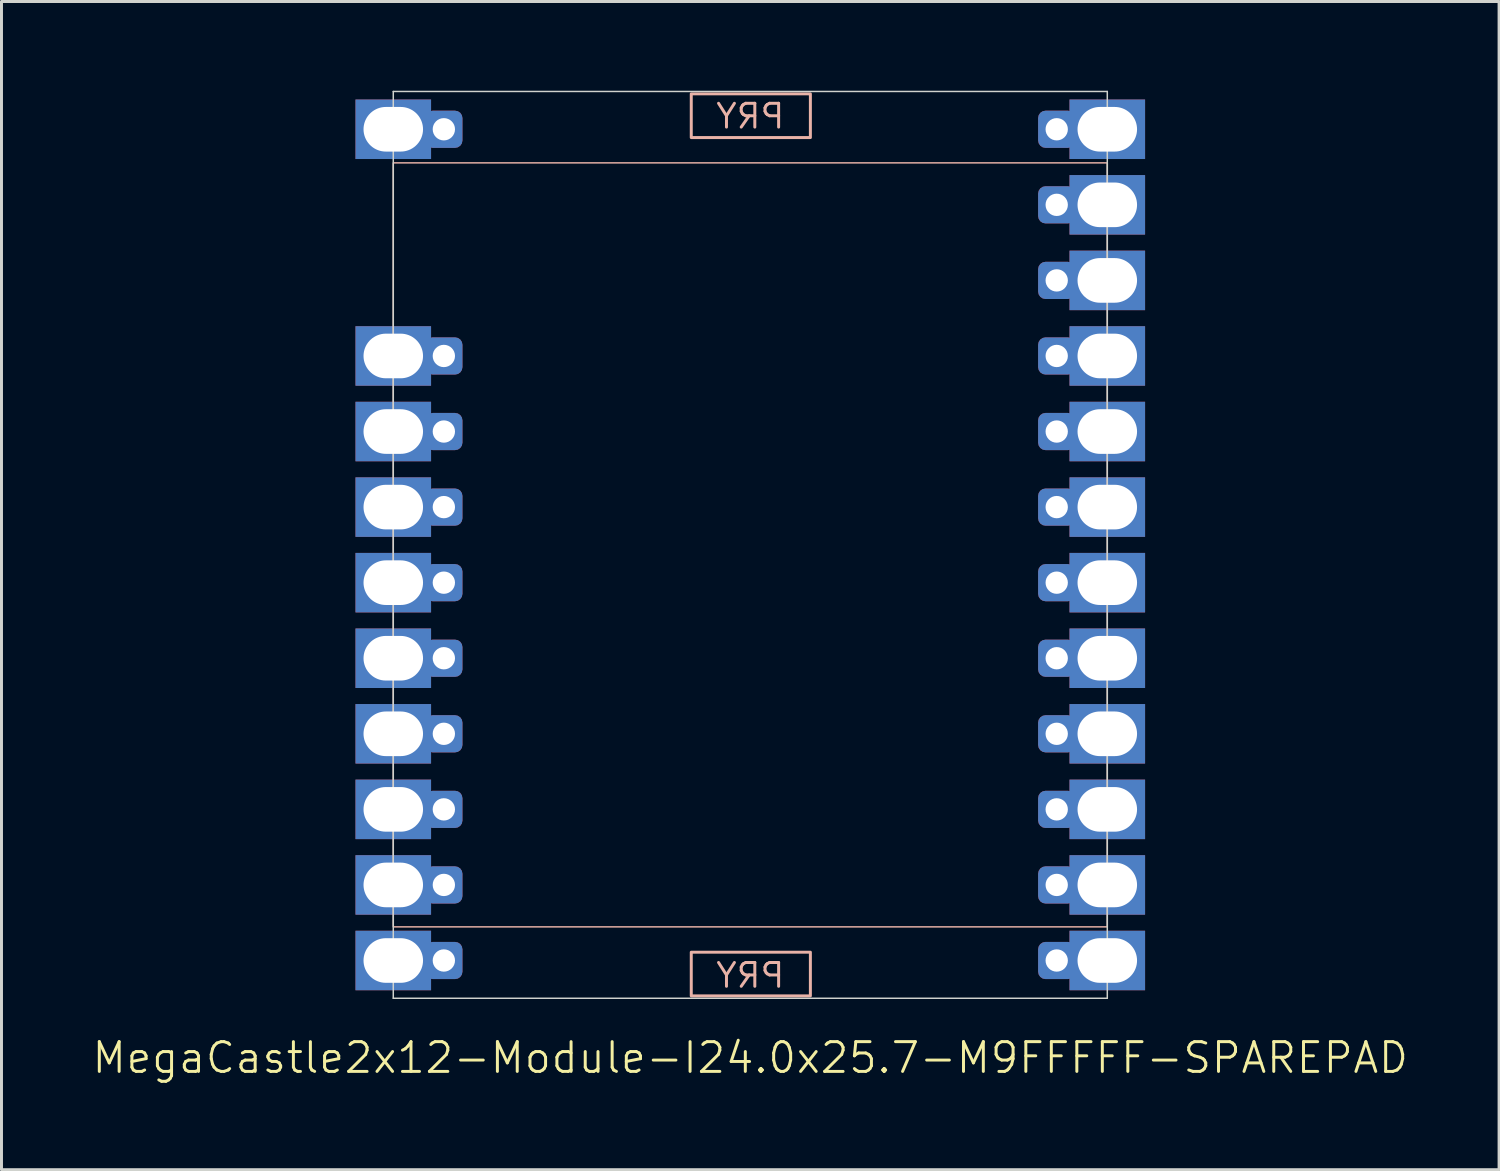
<source format=kicad_pcb>
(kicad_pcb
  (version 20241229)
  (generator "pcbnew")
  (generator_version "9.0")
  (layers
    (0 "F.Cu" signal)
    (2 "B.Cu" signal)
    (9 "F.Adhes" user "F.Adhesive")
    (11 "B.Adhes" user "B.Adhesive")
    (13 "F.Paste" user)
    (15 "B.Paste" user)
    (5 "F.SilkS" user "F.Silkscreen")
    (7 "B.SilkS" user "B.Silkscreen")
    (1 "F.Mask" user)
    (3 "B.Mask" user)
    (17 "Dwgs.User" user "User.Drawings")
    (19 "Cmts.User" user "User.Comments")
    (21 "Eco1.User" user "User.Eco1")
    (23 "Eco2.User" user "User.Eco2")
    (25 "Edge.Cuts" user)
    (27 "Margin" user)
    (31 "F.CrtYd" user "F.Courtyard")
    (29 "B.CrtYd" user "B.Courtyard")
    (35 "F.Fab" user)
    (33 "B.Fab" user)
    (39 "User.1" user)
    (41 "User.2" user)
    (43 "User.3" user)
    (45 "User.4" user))
  (footprint "MegaCastle2x12-Module-I24.0x25.7-M9FFFFF-SPAREPAD"
    (layer "F.Cu")
    (at 22.169 15.265)
    (property "Reference" "MegaCastle2x12-Module-I24.0x25.7-M9FFFFF-SPAREPAD" (at 0 17.24 0) (unlocked yes) (layer "F.SilkS") (effects (font (size 1 1) (thickness 0.1))))
    (attr smd)
    (fp_rect (start -12 12.84) (end 12 -12.84) (stroke (width 0.05) (type default)) (fill no) (layer "B.SilkS"))
    (fp_rect (start -1.984 -13.691) (end 2.02 -15.16) (stroke (width 0.1) (type default)) (fill no) (layer "B.SilkS"))
    (fp_rect (start -1.984 13.691) (end 2.02 15.16) (stroke (width 0.1) (type default)) (fill no) (layer "B.SilkS"))
    (fp_line (start -12 -15.24) (end -12 15.24) (stroke (width 0.05) (type default)) (layer "Edge.Cuts"))
    (fp_line (start -12 -15.24) (end 12 -15.24) (stroke (width 0.05) (type default)) (layer "Edge.Cuts"))
    (fp_line (start -12 15.24) (end 12 15.24) (stroke (width 0.05) (type default)) (layer "Edge.Cuts"))
    (fp_line (start 12 -15.24) (end 12 15.24) (stroke (width 0.05) (type default)) (layer "Edge.Cuts"))
    (fp_text user "PRY" (at 0 14.94 0) (unlocked yes) (layer "B.SilkS") (effects (font (size 0.8 0.8) (thickness 0.1)) (justify bottom mirror)))
    (fp_text user "PRY" (at 0 -13.94 0) (unlocked yes) (layer "B.SilkS") (effects (font (size 0.8 0.8) (thickness 0.1)) (justify bottom mirror)))
    (pad "1" thru_hole rect (at -12 -13.97) (size 2.54 2) (drill oval 2 1.5) (property pad_prop_castellated) (layers "*.Cu" "*.Mask"))
    (pad "1" thru_hole roundrect (at -10.3 -13.97 180) (size 1.25 1.25) (drill 0.75) (layers "*.Cu" "*.Mask") (roundrect_rratio 0.2))
    (pad "4" thru_hole rect (at -12 -6.35) (size 2.54 2) (drill oval 2 1.5) (property pad_prop_castellated) (layers "*.Cu" "*.Mask"))
    (pad "4" thru_hole roundrect (at -10.3 -6.35 180) (size 1.25 1.25) (drill 0.75) (layers "*.Cu" "*.Mask") (roundrect_rratio 0.2))
    (pad "5" thru_hole rect (at -12 -3.81) (size 2.54 2) (drill oval 2 1.5) (property pad_prop_castellated) (layers "*.Cu" "*.Mask"))
    (pad "5" thru_hole roundrect (at -10.3 -3.81 180) (size 1.25 1.25) (drill 0.75) (layers "*.Cu" "*.Mask") (roundrect_rratio 0.2))
    (pad "6" thru_hole rect (at -12 -1.27) (size 2.54 2) (drill oval 2 1.5) (property pad_prop_castellated) (layers "*.Cu" "*.Mask"))
    (pad "6" thru_hole roundrect (at -10.3 -1.27 180) (size 1.25 1.25) (drill 0.75) (layers "*.Cu" "*.Mask") (roundrect_rratio 0.2))
    (pad "7" thru_hole rect (at -12 1.27) (size 2.54 2) (drill oval 2 1.5) (property pad_prop_castellated) (layers "*.Cu" "*.Mask"))
    (pad "7" thru_hole roundrect (at -10.3 1.27 180) (size 1.25 1.25) (drill 0.75) (layers "*.Cu" "*.Mask") (roundrect_rratio 0.2))
    (pad "8" thru_hole rect (at -12 3.81) (size 2.54 2) (drill oval 2 1.5) (property pad_prop_castellated) (layers "*.Cu" "*.Mask"))
    (pad "8" thru_hole roundrect (at -10.3 3.81 180) (size 1.25 1.25) (drill 0.75) (layers "*.Cu" "*.Mask") (roundrect_rratio 0.2))
    (pad "9" thru_hole rect (at -12 6.35) (size 2.54 2) (drill oval 2 1.5) (property pad_prop_castellated) (layers "*.Cu" "*.Mask"))
    (pad "9" thru_hole roundrect (at -10.3 6.35 180) (size 1.25 1.25) (drill 0.75) (layers "*.Cu" "*.Mask") (roundrect_rratio 0.2))
    (pad "10" thru_hole rect (at -12 8.89) (size 2.54 2) (drill oval 2 1.5) (property pad_prop_castellated) (layers "*.Cu" "*.Mask"))
    (pad "10" thru_hole roundrect (at -10.3 8.89 180) (size 1.25 1.25) (drill 0.75) (layers "*.Cu" "*.Mask") (roundrect_rratio 0.2))
    (pad "11" thru_hole rect (at -12 11.43) (size 2.54 2) (drill oval 2 1.5) (property pad_prop_castellated) (layers "*.Cu" "*.Mask"))
    (pad "11" thru_hole roundrect (at -10.3 11.43 180) (size 1.25 1.25) (drill 0.75) (layers "*.Cu" "*.Mask") (roundrect_rratio 0.2))
    (pad "12" thru_hole rect (at -12 13.97) (size 2.54 2) (drill oval 2 1.5) (property pad_prop_castellated) (layers "*.Cu" "*.Mask"))
    (pad "12" thru_hole roundrect (at -10.3 13.97 180) (size 1.25 1.25) (drill 0.75) (layers "*.Cu" "*.Mask") (roundrect_rratio 0.2))
    (pad "13" thru_hole roundrect (at 10.3 -13.97 180) (size 1.25 1.25) (drill 0.75) (layers "*.Cu" "*.Mask") (roundrect_rratio 0.2))
    (pad "13" thru_hole rect (at 12 -13.97) (size 2.54 2) (drill oval 2 1.5) (property pad_prop_castellated) (layers "*.Cu" "*.Mask"))
    (pad "14" thru_hole roundrect (at 10.3 -11.43 180) (size 1.25 1.25) (drill 0.75) (layers "*.Cu" "*.Mask") (roundrect_rratio 0.2))
    (pad "14" thru_hole rect (at 12 -11.43) (size 2.54 2) (drill oval 2 1.5) (property pad_prop_castellated) (layers "*.Cu" "*.Mask"))
    (pad "15" thru_hole roundrect (at 10.3 -8.89 180) (size 1.25 1.25) (drill 0.75) (layers "*.Cu" "*.Mask") (roundrect_rratio 0.2))
    (pad "15" thru_hole rect (at 12 -8.89) (size 2.54 2) (drill oval 2 1.5) (property pad_prop_castellated) (layers "*.Cu" "*.Mask"))
    (pad "16" thru_hole roundrect (at 10.3 -6.35 180) (size 1.25 1.25) (drill 0.75) (layers "*.Cu" "*.Mask") (roundrect_rratio 0.2))
    (pad "16" thru_hole rect (at 12 -6.35) (size 2.54 2) (drill oval 2 1.5) (property pad_prop_castellated) (layers "*.Cu" "*.Mask"))
    (pad "17" thru_hole roundrect (at 10.3 -3.81 180) (size 1.25 1.25) (drill 0.75) (layers "*.Cu" "*.Mask") (roundrect_rratio 0.2))
    (pad "17" thru_hole rect (at 12 -3.81) (size 2.54 2) (drill oval 2 1.5) (property pad_prop_castellated) (layers "*.Cu" "*.Mask"))
    (pad "18" thru_hole roundrect (at 10.3 -1.27 180) (size 1.25 1.25) (drill 0.75) (layers "*.Cu" "*.Mask") (roundrect_rratio 0.2))
    (pad "18" thru_hole rect (at 12 -1.27) (size 2.54 2) (drill oval 2 1.5) (property pad_prop_castellated) (layers "*.Cu" "*.Mask"))
    (pad "19" thru_hole roundrect (at 10.3 1.27 180) (size 1.25 1.25) (drill 0.75) (layers "*.Cu" "*.Mask") (roundrect_rratio 0.2))
    (pad "19" thru_hole rect (at 12 1.27) (size 2.54 2) (drill oval 2 1.5) (property pad_prop_castellated) (layers "*.Cu" "*.Mask"))
    (pad "20" thru_hole roundrect (at 10.3 3.81 180) (size 1.25 1.25) (drill 0.75) (layers "*.Cu" "*.Mask") (roundrect_rratio 0.2))
    (pad "20" thru_hole rect (at 12 3.81) (size 2.54 2) (drill oval 2 1.5) (property pad_prop_castellated) (layers "*.Cu" "*.Mask"))
    (pad "21" thru_hole roundrect (at 10.3 6.35 180) (size 1.25 1.25) (drill 0.75) (layers "*.Cu" "*.Mask") (roundrect_rratio 0.2))
    (pad "21" thru_hole rect (at 12 6.35) (size 2.54 2) (drill oval 2 1.5) (property pad_prop_castellated) (layers "*.Cu" "*.Mask"))
    (pad "22" thru_hole roundrect (at 10.3 8.89 180) (size 1.25 1.25) (drill 0.75) (layers "*.Cu" "*.Mask") (roundrect_rratio 0.2))
    (pad "22" thru_hole rect (at 12 8.89) (size 2.54 2) (drill oval 2 1.5) (property pad_prop_castellated) (layers "*.Cu" "*.Mask"))
    (pad "23" thru_hole roundrect (at 10.3 11.43 180) (size 1.25 1.25) (drill 0.75) (layers "*.Cu" "*.Mask") (roundrect_rratio 0.2))
    (pad "23" thru_hole rect (at 12 11.43) (size 2.54 2) (drill oval 2 1.5) (property pad_prop_castellated) (layers "*.Cu" "*.Mask"))
    (pad "24" thru_hole roundrect (at 10.3 13.97 180) (size 1.25 1.25) (drill 0.75) (layers "*.Cu" "*.Mask") (roundrect_rratio 0.2))
    (pad "24" thru_hole rect (at 12 13.97) (size 2.54 2) (drill oval 2 1.5) (property pad_prop_castellated) (layers "*.Cu" "*.Mask"))
    (zone (net_name "") (layer "B.Cu") (hatch edge 0.5) (connect_pads) (min_thickness 0.25) (filled_areas_thickness no) (keepout (tracks allowed) (vias allowed) (pads allowed) (copperpour allowed) (footprints not_allowed)) (placement (enabled no)) (fill) (polygon (pts (xy 10.169 30.505) (xy 10.169 0.025))))
    (zone (net_name "") (layer "B.Cu") (hatch edge 0.5) (connect_pads) (min_thickness 0.25) (filled_areas_thickness no) (keepout (tracks allowed) (vias allowed) (pads allowed) (copperpour allowed) (footprints not_allowed)) (placement (enabled no)) (fill) (polygon (pts (xy 34.169 30.505) (xy 34.169 0.025))))
    (zone (net_name "") (layer "B.Cu") (hatch edge 0.5) (connect_pads) (min_thickness 0.25) (filled_areas_thickness no) (keepout (tracks allowed) (vias allowed) (pads allowed) (copperpour allowed) (footprints not_allowed)) (placement (enabled no)) (fill) (polygon (pts (xy 10.169 0.025) (xy 10.169 2.425) (xy 34.169 2.425) (xy 34.169 0.025))))
    (zone (net_name "") (layer "B.Cu") (hatch edge 0.5) (connect_pads) (min_thickness 0.25) (filled_areas_thickness no) (keepout (tracks allowed) (vias allowed) (pads allowed) (copperpour allowed) (footprints not_allowed)) (placement (enabled no)) (fill) (polygon (pts (xy 10.169 30.505) (xy 10.169 28.105) (xy 34.169 28.105) (xy 34.169 30.505))))
    (zone (net_name "") (layer "B.Cu") (name "Upper Pry Zone") (hatch edge 0.5) (connect_pads) (min_thickness 0.25) (filled_areas_thickness no) (keepout (tracks not_allowed) (vias not_allowed) (pads not_allowed) (copperpour allowed) (footprints not_allowed)) (placement (enabled no)) (fill) (polygon (pts (xy 20.185 1.574) (xy 20.185 0.105) (xy 24.189 0.105) (xy 24.189 1.574))))
    (zone (net_name "") (layer "B.Cu") (name "Upper Pry Zone") (hatch edge 0.5) (connect_pads) (min_thickness 0.25) (filled_areas_thickness no) (keepout (tracks not_allowed) (vias not_allowed) (pads not_allowed) (copperpour allowed) (footprints not_allowed)) (placement (enabled no)) (fill) (polygon (pts (xy 20.185 28.956) (xy 20.185 30.425) (xy 24.189 30.425) (xy 24.189 28.956)))))
  (gr_rect
    (start -3 -3)
    (end 47.338 36.266)
    (stroke (width 0.1) (type default))
    (fill no)
    (layer "Edge.Cuts")))
</source>
